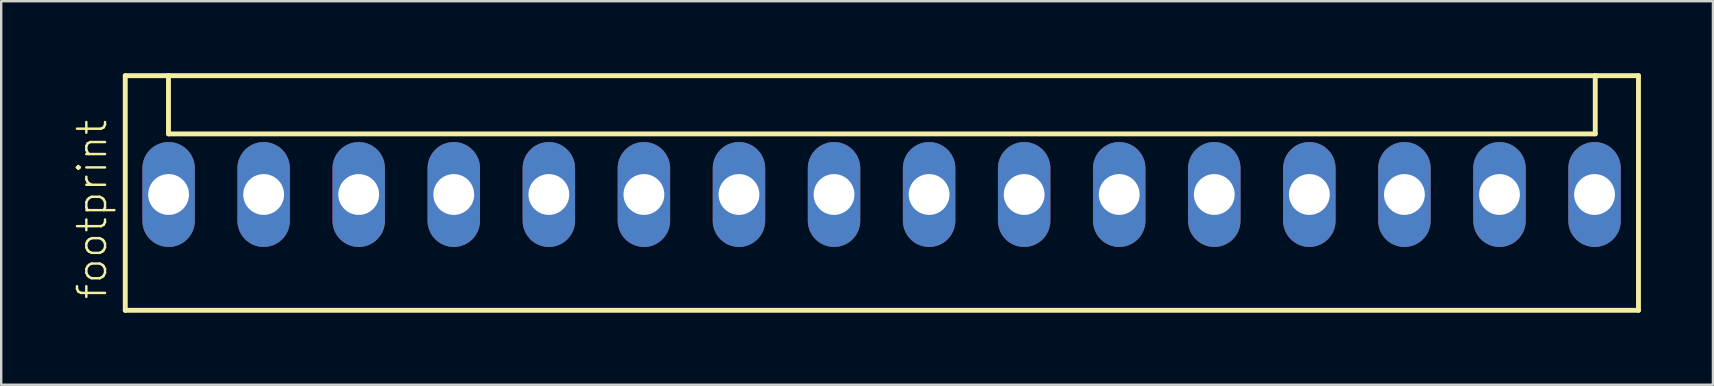
<source format=kicad_pcb>
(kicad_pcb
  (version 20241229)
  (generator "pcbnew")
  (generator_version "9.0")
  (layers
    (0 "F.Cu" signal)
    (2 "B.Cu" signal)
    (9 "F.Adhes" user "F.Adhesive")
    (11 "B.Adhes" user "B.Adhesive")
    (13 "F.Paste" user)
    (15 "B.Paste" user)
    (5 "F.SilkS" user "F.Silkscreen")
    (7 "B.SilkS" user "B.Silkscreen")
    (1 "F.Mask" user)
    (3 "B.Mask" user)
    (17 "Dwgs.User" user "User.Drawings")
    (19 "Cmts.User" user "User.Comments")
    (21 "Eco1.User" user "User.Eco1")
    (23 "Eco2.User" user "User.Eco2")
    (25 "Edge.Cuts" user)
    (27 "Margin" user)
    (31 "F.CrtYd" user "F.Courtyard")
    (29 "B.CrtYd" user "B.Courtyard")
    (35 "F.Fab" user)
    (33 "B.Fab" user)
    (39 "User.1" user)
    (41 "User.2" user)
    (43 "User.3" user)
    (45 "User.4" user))
  (footprint "footprint"
    (layer "F.Cu")
    (at 33.673 5.052)
    (property "Reference" "footprint" (at -32.2 4.445 90) (layer "F.SilkS") (effects (font (size 1.168 1.168) (thickness 0.102)) (justify left bottom)))
    (fp_line (start -31.505 -4.95) (end -31.505 4.825) (stroke (width 0.203) (type solid)) (layer "F.SilkS"))
    (fp_line (start -31.505 4.825) (end 31.53 4.825) (stroke (width 0.203) (type solid)) (layer "F.SilkS"))
    (fp_line (start -29.705 -4.95) (end -31.505 -4.95) (stroke (width 0.203) (type solid)) (layer "F.SilkS"))
    (fp_line (start -29.705 -2.525) (end -29.705 -4.95) (stroke (width 0.203) (type solid)) (layer "F.SilkS"))
    (fp_line (start -29.705 -2.525) (end 29.73 -2.525) (stroke (width 0.203) (type solid)) (layer "F.SilkS"))
    (fp_line (start 29.73 -4.95) (end -29.705 -4.95) (stroke (width 0.203) (type solid)) (layer "F.SilkS"))
    (fp_line (start 29.73 -2.525) (end 29.73 -4.95) (stroke (width 0.203) (type solid)) (layer "F.SilkS"))
    (fp_line (start 31.53 -4.95) (end 29.73 -4.95) (stroke (width 0.203) (type solid)) (layer "F.SilkS"))
    (fp_line (start 31.53 4.825) (end 31.53 -4.95) (stroke (width 0.203) (type solid)) (layer "F.SilkS"))
    (pad "1" thru_hole oval (at -29.7 0 90) (size 4.369 2.184) (drill 1.7) (layers "*.Cu" "*.Mask"))
    (pad "2" thru_hole oval (at -25.74 0 90) (size 4.369 2.184) (drill 1.7) (layers "*.Cu" "*.Mask"))
    (pad "3" thru_hole oval (at -21.78 0 90) (size 4.369 2.184) (drill 1.7) (layers "*.Cu" "*.Mask"))
    (pad "4" thru_hole oval (at -17.82 0 90) (size 4.369 2.184) (drill 1.7) (layers "*.Cu" "*.Mask"))
    (pad "5" thru_hole oval (at -13.86 0 90) (size 4.369 2.184) (drill 1.7) (layers "*.Cu" "*.Mask"))
    (pad "6" thru_hole oval (at -9.9 0 90) (size 4.369 2.184) (drill 1.7) (layers "*.Cu" "*.Mask"))
    (pad "7" thru_hole oval (at -5.94 0 90) (size 4.369 2.184) (drill 1.7) (layers "*.Cu" "*.Mask"))
    (pad "8" thru_hole oval (at -1.98 0 90) (size 4.369 2.184) (drill 1.7) (layers "*.Cu" "*.Mask"))
    (pad "9" thru_hole oval (at 1.98 0 90) (size 4.369 2.184) (drill 1.7) (layers "*.Cu" "*.Mask"))
    (pad "10" thru_hole oval (at 5.94 0 90) (size 4.369 2.184) (drill 1.7) (layers "*.Cu" "*.Mask"))
    (pad "11" thru_hole oval (at 9.9 0 90) (size 4.369 2.184) (drill 1.7) (layers "*.Cu" "*.Mask"))
    (pad "12" thru_hole oval (at 13.86 0 90) (size 4.369 2.184) (drill 1.7) (layers "*.Cu" "*.Mask"))
    (pad "13" thru_hole oval (at 17.82 0 90) (size 4.369 2.184) (drill 1.7) (layers "*.Cu" "*.Mask"))
    (pad "14" thru_hole oval (at 21.78 0 90) (size 4.369 2.184) (drill 1.7) (layers "*.Cu" "*.Mask"))
    (pad "15" thru_hole oval (at 25.74 0 90) (size 4.369 2.184) (drill 1.7) (layers "*.Cu" "*.Mask"))
    (pad "16" thru_hole oval (at 29.7 0 90) (size 4.369 2.184) (drill 1.7) (layers "*.Cu" "*.Mask")))
  (gr_rect
    (start -3 -3)
    (end 68.305 12.978)
    (stroke (width 0.1) (type default))
    (fill no)
    (layer "Edge.Cuts")))
</source>
